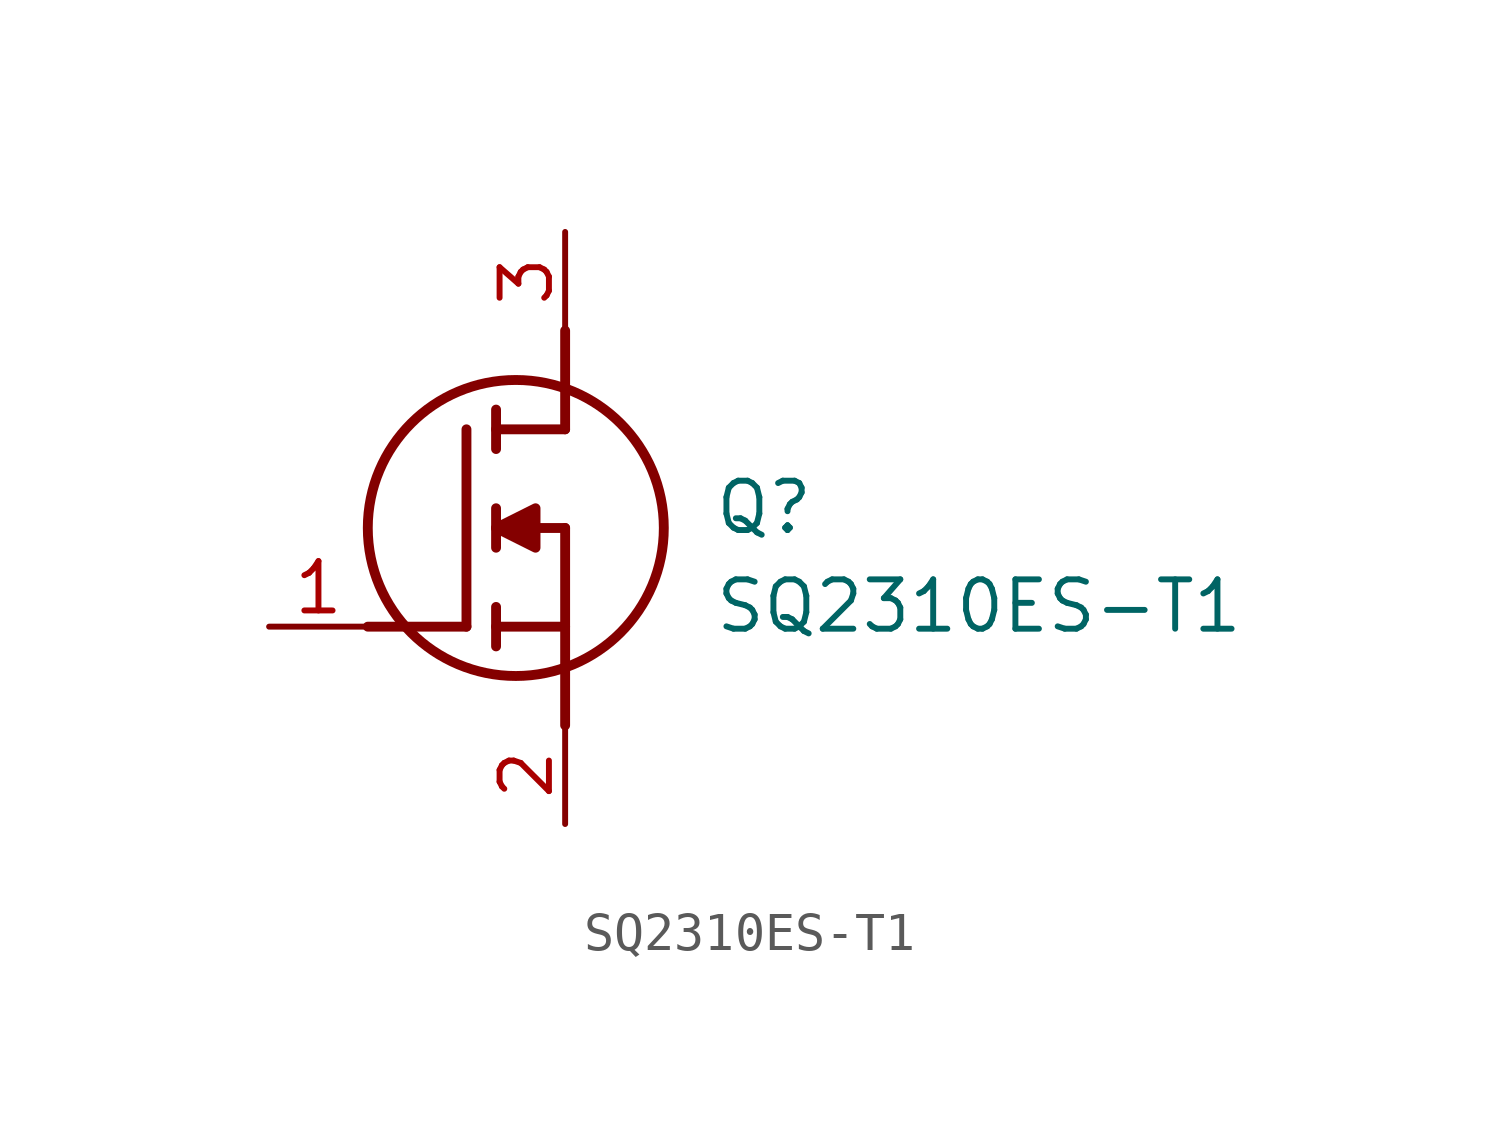
<source format=kicad_sym>
(kicad_symbol_lib
  (version 20211014)
  (generator SamacSys_ECAD_Model)
  (symbol "SQ2310ES-T1"
    (pin_names hide)
    (property "Reference" "Q"
      (at 11.43 3.81 0)
      (effects (font (size 1.27 1.27)) (justify left top)))
    (property "Value" "SQ2310ES-T1"
      (at 11.43 1.27 0)
      (effects (font (size 1.27 1.27)) (justify left top)))
    (polyline
      (pts (xy 7.62 2.54) (xy 7.62 -2.54))
      (stroke (width 0.254) (type default))
      (fill (type none)))
    (polyline
      (pts (xy 7.62 5.08) (xy 7.62 7.62))
      (stroke (width 0.254) (type default))
      (fill (type none)))
    (polyline
      (pts (xy 2.54 0) (xy 5.08 0))
      (stroke (width 0.254) (type default))
      (fill (type none)))
    (polyline
      (pts (xy 5.08 5.08) (xy 5.08 0))
      (stroke (width 0.254) (type default))
      (fill (type none)))
    (polyline
      (pts (xy 7.62 2.54) (xy 5.842 2.54))
      (stroke (width 0.254) (type default))
      (fill (type none)))
    (polyline
      (pts (xy 7.62 5.08) (xy 5.842 5.08))
      (stroke (width 0.254) (type default))
      (fill (type none)))
    (polyline
      (pts (xy 5.842 0) (xy 7.62 0))
      (stroke (width 0.254) (type default))
      (fill (type none)))
    (polyline
      (pts (xy 5.842 5.588) (xy 5.842 4.572))
      (stroke (width 0.254) (type default))
      (fill (type none)))
    (polyline
      (pts (xy 5.842 -0.508) (xy 5.842 0.508))
      (stroke (width 0.254) (type default))
      (fill (type none)))
    (polyline
      (pts (xy 5.842 2.032) (xy 5.842 3.048))
      (stroke (width 0.254) (type default))
      (fill (type none)))
    (circle
      (center 6.35 2.54)
      (radius 3.81)
      (stroke (width 0.254) (type default))
      (fill (type none)))
    (polyline
      (pts (xy 5.842 2.54) (xy 6.858 3.048) (xy 6.858 2.032) (xy 5.842 2.54))
      (stroke (width 0.254) (type default))
      (fill (type outline)))
    (pin passive line
      (at 0 0 0)
      (length 2.54)
      (name "G" (effects (font (size 1.27 1.27))))
      (number "1" (effects (font (size 1.27 1.27)))))
    (pin passive line
      (at 7.62 10.16 270)
      (length 2.54)
      (name "D" (effects (font (size 1.27 1.27))))
      (number "3" (effects (font (size 1.27 1.27)))))
    (pin passive line
      (at 7.62 -5.08 90)
      (length 2.54)
      (name "S" (effects (font (size 1.27 1.27))))
      (number "2" (effects (font (size 1.27 1.27)))))))
</source>
